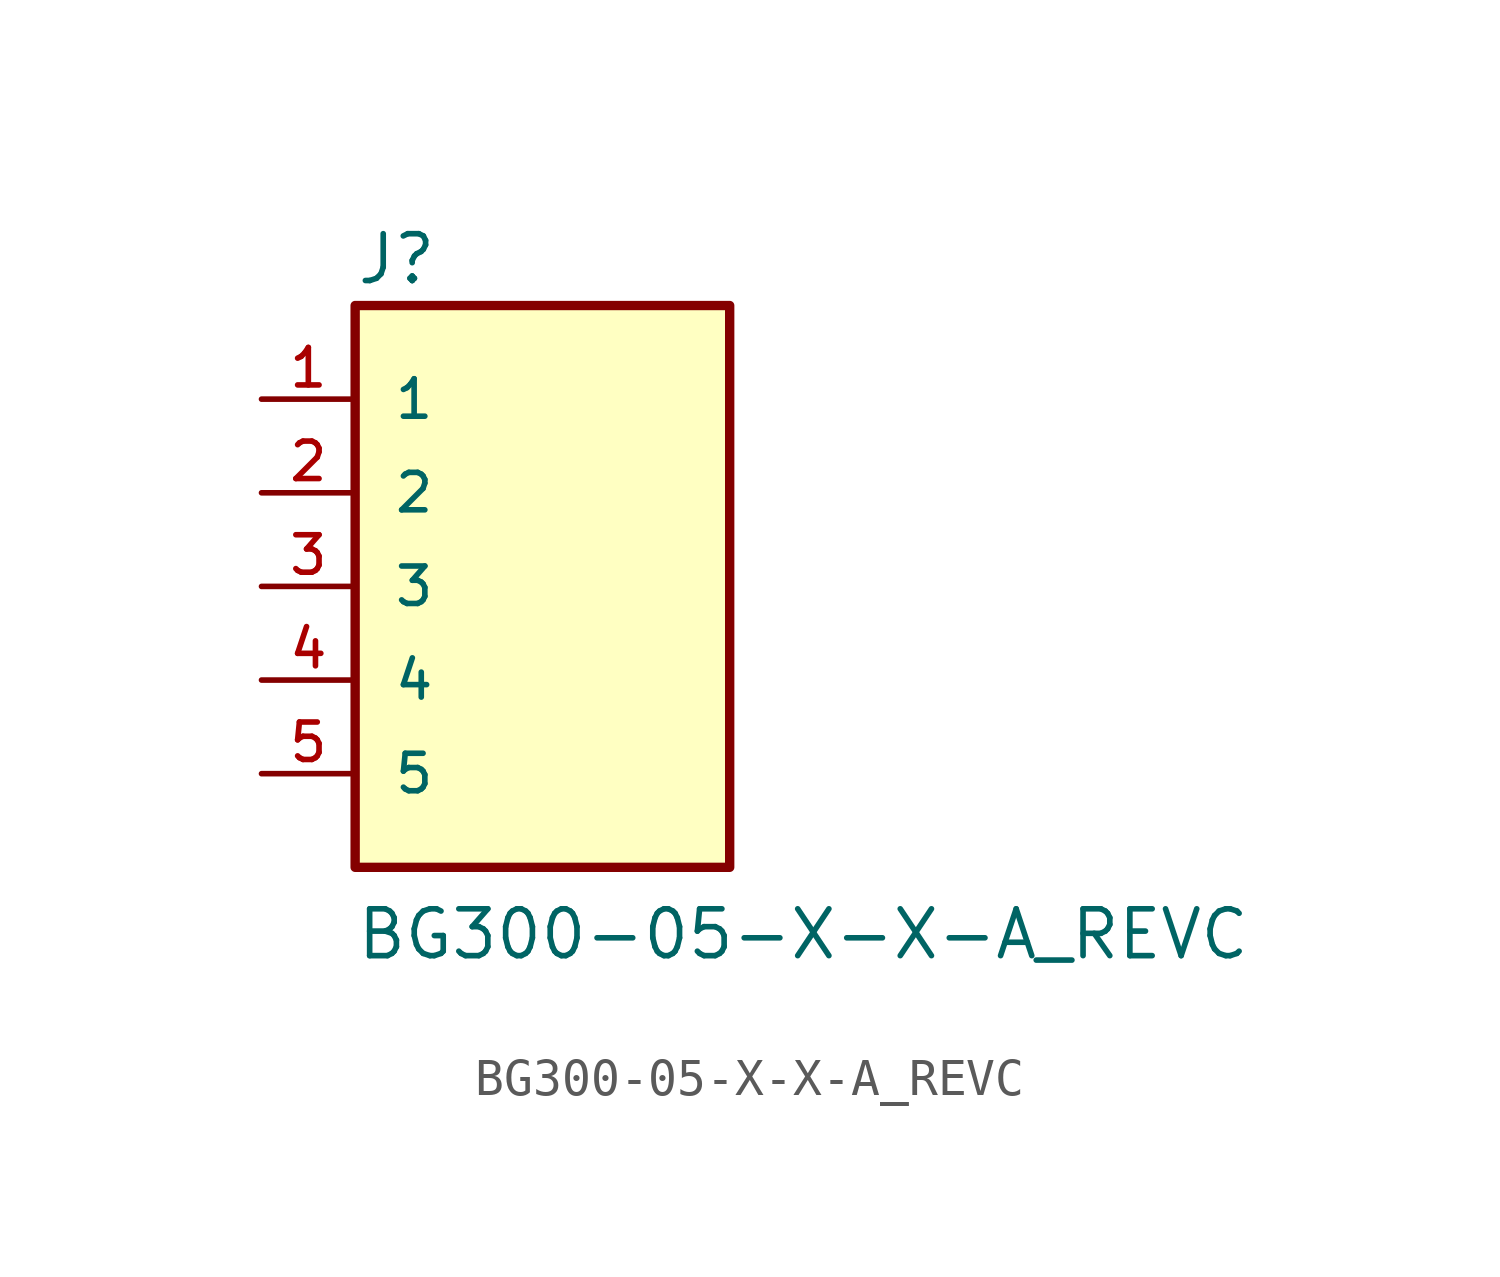
<source format=kicad_sym>
(kicad_symbol_lib
  (version 20211014)
  (generator kicad_symbol_editor)
  (symbol "BG300-05-X-X-A_REVC"
    (pin_names
      (offset 1.016))
    (property "Reference" "J"
      (at -5.084 8.135 0)
      (effects (font (size 1.27 1.27)) (justify bottom left)))
    (property "Value" "BG300-05-X-X-A_REVC"
      (at -5.089 -10.179 0)
      (effects (font (size 1.27 1.27)) (justify bottom left)))
    (symbol "BG300-05-X-X-A_REVC_0_0"
      (rectangle (start -5.08 -7.62) (end 5.08 7.62) (stroke (width 0.254)) (fill (type background)))
      (pin passive line (at -7.62 5.08 0) (length 2.54) (name "1" (effects (font (size 1.016 1.016)))) (number "1" (effects (font (size 1.016 1.016)))))
      (pin passive line (at -7.62 2.54 0) (length 2.54) (name "2" (effects (font (size 1.016 1.016)))) (number "2" (effects (font (size 1.016 1.016)))))
      (pin passive line (at -7.62 0.0 0) (length 2.54) (name "3" (effects (font (size 1.016 1.016)))) (number "3" (effects (font (size 1.016 1.016)))))
      (pin passive line (at -7.62 -2.54 0) (length 2.54) (name "4" (effects (font (size 1.016 1.016)))) (number "4" (effects (font (size 1.016 1.016)))))
      (pin passive line (at -7.62 -5.08 0) (length 2.54) (name "5" (effects (font (size 1.016 1.016)))) (number "5" (effects (font (size 1.016 1.016))))))))
</source>
